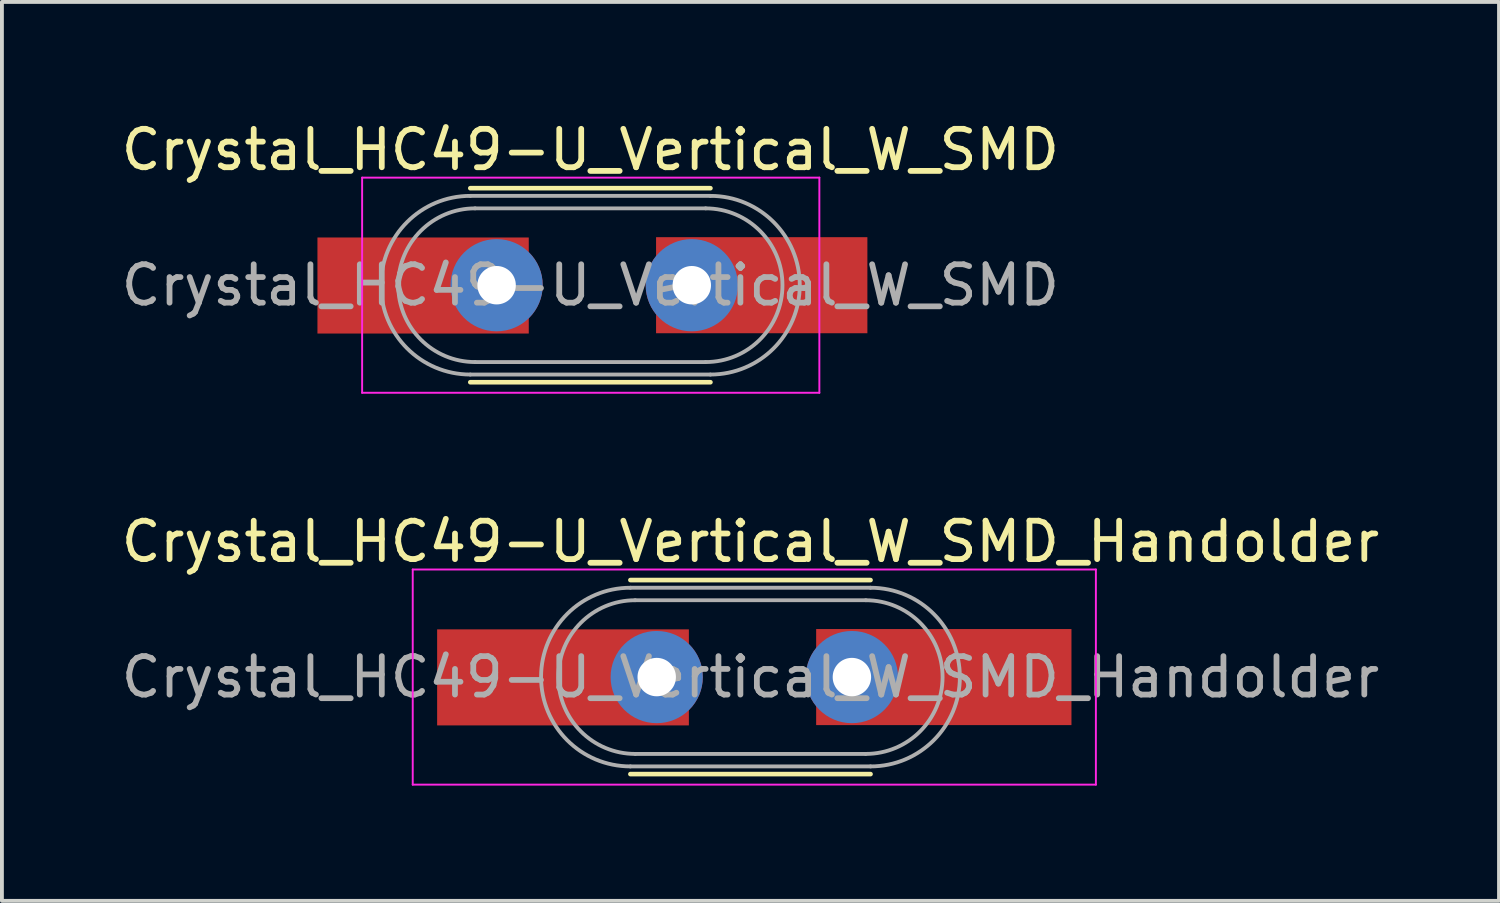
<source format=kicad_pcb>
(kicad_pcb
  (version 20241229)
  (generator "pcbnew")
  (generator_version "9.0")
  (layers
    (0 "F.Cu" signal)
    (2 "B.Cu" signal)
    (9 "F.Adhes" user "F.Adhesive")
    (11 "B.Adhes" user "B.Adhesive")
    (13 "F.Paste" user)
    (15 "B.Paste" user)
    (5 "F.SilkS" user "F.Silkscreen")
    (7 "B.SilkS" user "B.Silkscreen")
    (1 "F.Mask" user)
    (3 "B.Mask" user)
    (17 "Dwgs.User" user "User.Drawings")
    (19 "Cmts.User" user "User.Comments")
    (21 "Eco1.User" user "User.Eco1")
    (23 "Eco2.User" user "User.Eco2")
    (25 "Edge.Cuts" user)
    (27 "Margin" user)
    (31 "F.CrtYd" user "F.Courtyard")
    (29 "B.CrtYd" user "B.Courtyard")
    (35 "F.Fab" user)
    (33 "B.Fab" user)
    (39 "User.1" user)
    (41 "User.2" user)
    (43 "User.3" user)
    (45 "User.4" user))
  (footprint "Crystal_HC49-U_Vertical_W_SMD_Handolder"
    (layer "F.Cu")
    (at 14.042 14.572)
    (property "Reference" "Crystal_HC49-U_Vertical_W_SMD_Handolder" (at 2.44 -3.525 180) (layer "F.SilkS") (effects (font (size 1 1) (thickness 0.15))))
    (attr through_hole)
    (fp_line (start -0.685 -2.525) (end 5.565 -2.525) (stroke (width 0.12) (type solid)) (layer "F.SilkS"))
    (fp_line (start -0.685 2.525) (end 5.565 2.525) (stroke (width 0.12) (type solid)) (layer "F.SilkS"))
    (fp_line (start -6.35 -2.8) (end -6.35 2.8) (stroke (width 0.05) (type solid)) (layer "F.CrtYd"))
    (fp_line (start -6.35 2.8) (end 11.43 2.8) (stroke (width 0.05) (type solid)) (layer "F.CrtYd"))
    (fp_line (start 11.43 -2.8) (end -6.35 -2.8) (stroke (width 0.05) (type solid)) (layer "F.CrtYd"))
    (fp_line (start 11.43 2.8) (end 11.43 -2.8) (stroke (width 0.05) (type solid)) (layer "F.CrtYd"))
    (fp_line (start -0.685 -2.325) (end 5.565 -2.325) (stroke (width 0.1) (type solid)) (layer "F.Fab"))
    (fp_line (start -0.685 2.325) (end 5.565 2.325) (stroke (width 0.1) (type solid)) (layer "F.Fab"))
    (fp_line (start -0.56 -2) (end 5.44 -2) (stroke (width 0.1) (type solid)) (layer "F.Fab"))
    (fp_line (start -0.56 2) (end 5.44 2) (stroke (width 0.1) (type solid)) (layer "F.Fab"))
    (fp_arc (start -0.685 2.325) (mid -3.01 0) (end -0.685 -2.325) (stroke (width 0.1) (type solid)) (layer "F.Fab"))
    (fp_arc (start -0.56 2) (mid -2.56 0) (end -0.56 -2) (stroke (width 0.1) (type solid)) (layer "F.Fab"))
    (fp_arc (start 5.44 -2) (mid 7.44 0) (end 5.44 2) (stroke (width 0.1) (type solid)) (layer "F.Fab"))
    (fp_arc (start 5.565 -2.325) (mid 7.89 0) (end 5.565 2.325) (stroke (width 0.1) (type solid)) (layer "F.Fab"))
    (fp_text user "${REFERENCE}" (at 2.44 0 180) (layer "F.Fab") (effects (font (size 1 1) (thickness 0.15))))
    (pad "1" thru_hole circle (at 0 0) (size 2.4 2.4) (drill 1) (layers "*.Cu" "*.Mask"))
    (pad "1" smd rect (at 0 0) (size 6.552 2.5) (drill (offset -2.439 0.008)) (layers "F.Cu" "F.Mask" "F.Paste"))
    (pad "2" smd rect (at 4.9 0) (size 6.645 2.5) (drill (offset 2.572 0)) (layers "F.Cu" "F.Mask" "F.Paste"))
    (pad "2" thru_hole circle (at 5.08 0) (size 2.4 2.4) (drill 1) (layers "*.Cu" "*.Mask")))
  (footprint "Crystal_HC49-U_Vertical_W_SMD"
    (layer "F.Cu")
    (at 9.875 4.373)
    (property "Reference" "Crystal_HC49-U_Vertical_W_SMD" (at 2.44 -3.525 0) (layer "F.SilkS") (effects (font (size 1 1) (thickness 0.15))))
    (attr through_hole)
    (fp_line (start -0.685 -2.525) (end 5.565 -2.525) (stroke (width 0.12) (type solid)) (layer "F.SilkS"))
    (fp_line (start -0.685 2.525) (end 5.565 2.525) (stroke (width 0.12) (type solid)) (layer "F.SilkS"))
    (fp_line (start -3.5 -2.8) (end -3.5 2.8) (stroke (width 0.05) (type solid)) (layer "F.CrtYd"))
    (fp_line (start -3.5 2.8) (end 8.4 2.8) (stroke (width 0.05) (type solid)) (layer "F.CrtYd"))
    (fp_line (start 8.4 -2.8) (end -3.5 -2.8) (stroke (width 0.05) (type solid)) (layer "F.CrtYd"))
    (fp_line (start 8.4 2.8) (end 8.4 -2.8) (stroke (width 0.05) (type solid)) (layer "F.CrtYd"))
    (fp_line (start -0.685 -2.325) (end 5.565 -2.325) (stroke (width 0.1) (type solid)) (layer "F.Fab"))
    (fp_line (start -0.685 2.325) (end 5.565 2.325) (stroke (width 0.1) (type solid)) (layer "F.Fab"))
    (fp_line (start -0.56 -2) (end 5.44 -2) (stroke (width 0.1) (type solid)) (layer "F.Fab"))
    (fp_line (start -0.56 2) (end 5.44 2) (stroke (width 0.1) (type solid)) (layer "F.Fab"))
    (fp_arc (start -0.685 2.325) (mid -3.01 0) (end -0.685 -2.325) (stroke (width 0.1) (type solid)) (layer "F.Fab"))
    (fp_arc (start -0.56 2) (mid -2.56 0) (end -0.56 -2) (stroke (width 0.1) (type solid)) (layer "F.Fab"))
    (fp_arc (start 5.44 -2) (mid 7.44 0) (end 5.44 2) (stroke (width 0.1) (type solid)) (layer "F.Fab"))
    (fp_arc (start 5.565 -2.325) (mid 7.89 0) (end 5.565 2.325) (stroke (width 0.1) (type solid)) (layer "F.Fab"))
    (fp_text user "${REFERENCE}" (at 2.44 0 0) (layer "F.Fab") (effects (font (size 1 1) (thickness 0.15))))
    (pad "1" thru_hole circle (at 0 0) (size 2.4 2.4) (drill 1) (layers "*.Cu" "*.Mask"))
    (pad "1" smd rect (at 0 0) (size 5.5 2.5) (drill (offset -1.913 0.008)) (layers "F.Cu" "F.Mask" "F.Paste"))
    (pad "2" smd rect (at 4.9 0) (size 5.5 2.5) (drill (offset 2 0)) (layers "F.Cu" "F.Mask" "F.Paste"))
    (pad "2" thru_hole circle (at 5.08 0) (size 2.4 2.4) (drill 1) (layers "*.Cu" "*.Mask")))
  (gr_rect
    (start -3 -3)
    (end 35.964 20.396)
    (stroke (width 0.1) (type default))
    (fill no)
    (layer "Edge.Cuts")))
</source>
